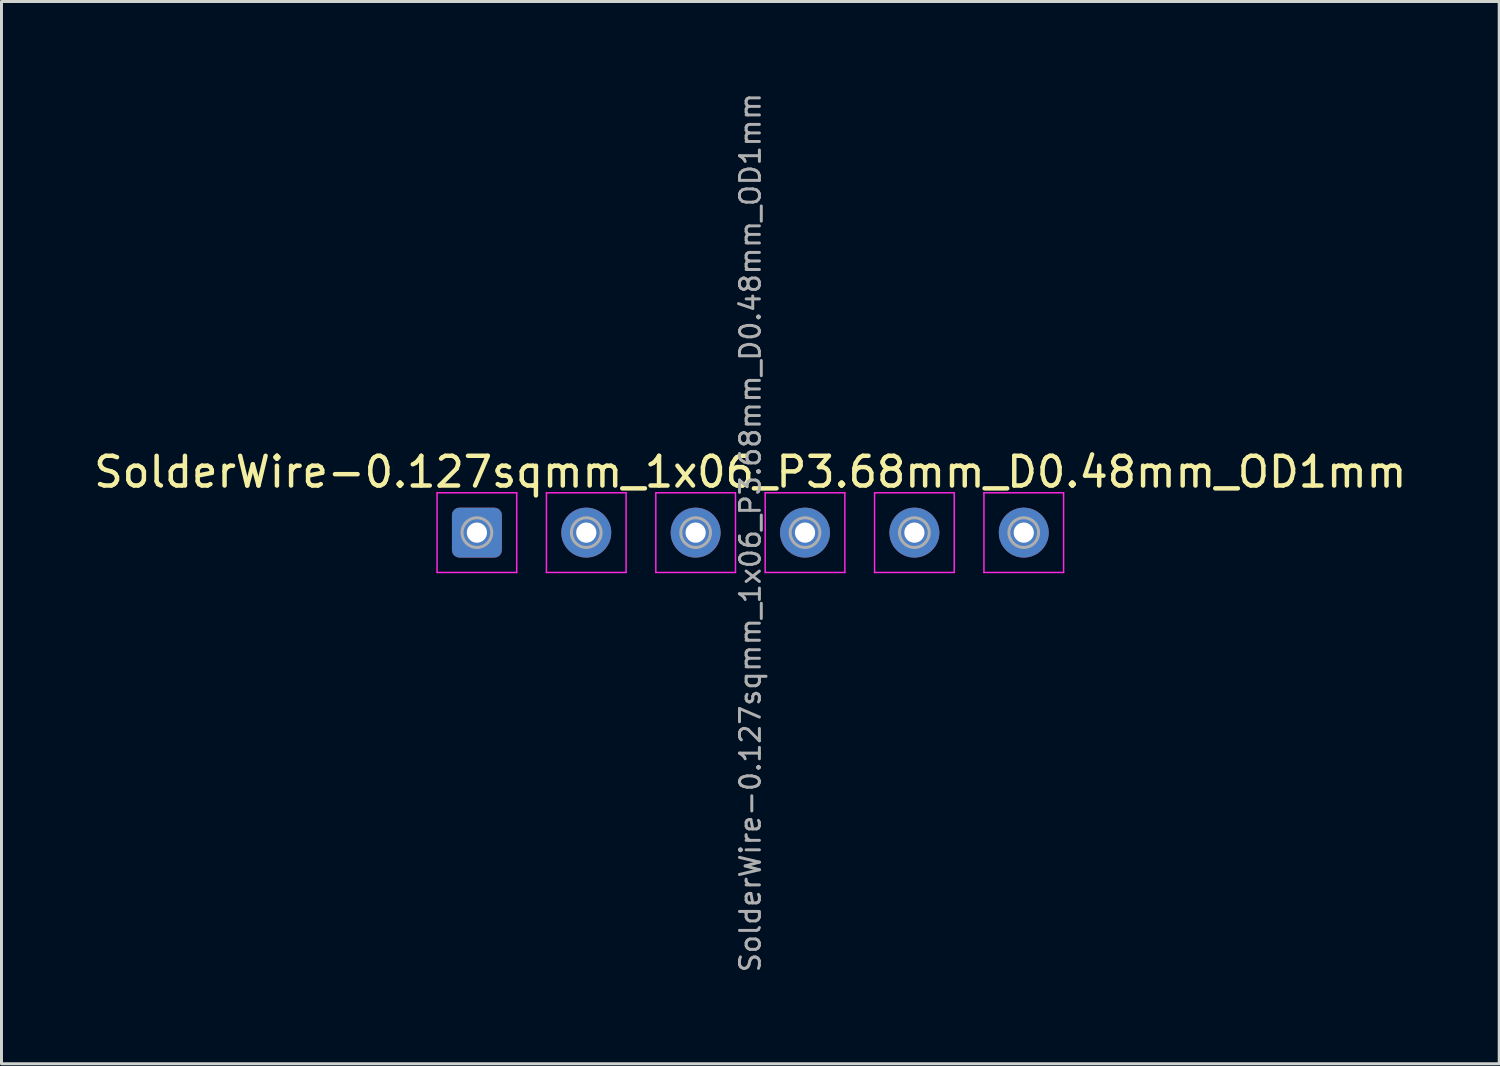
<source format=kicad_pcb>
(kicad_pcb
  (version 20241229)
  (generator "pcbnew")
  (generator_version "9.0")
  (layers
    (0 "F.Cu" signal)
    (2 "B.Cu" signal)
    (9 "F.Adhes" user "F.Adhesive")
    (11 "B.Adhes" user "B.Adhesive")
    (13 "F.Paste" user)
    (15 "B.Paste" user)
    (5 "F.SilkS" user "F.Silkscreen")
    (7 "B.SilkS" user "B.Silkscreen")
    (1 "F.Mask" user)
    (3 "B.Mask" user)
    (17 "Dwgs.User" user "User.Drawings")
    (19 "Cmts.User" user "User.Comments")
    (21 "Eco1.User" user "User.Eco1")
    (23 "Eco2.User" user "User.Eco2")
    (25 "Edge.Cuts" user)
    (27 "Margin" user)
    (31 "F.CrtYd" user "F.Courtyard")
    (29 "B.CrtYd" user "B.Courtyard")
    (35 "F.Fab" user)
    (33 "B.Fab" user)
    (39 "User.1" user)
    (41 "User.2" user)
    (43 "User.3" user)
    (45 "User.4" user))
  (footprint "SolderWire-0.127sqmm_1x06_P3.68mm_D0.48mm_OD1mm"
    (layer "F.Cu")
    (at 12.996 14.871)
    (property "Reference" "SolderWire-0.127sqmm_1x06_P3.68mm_D0.48mm_OD1mm" (at 9.2 -2.04 0) (layer "F.SilkS") (effects (font (size 1 1) (thickness 0.15))))
    (attr exclude_from_pos_files exclude_from_bom)
    (fp_line (start -1.34 -1.34) (end -1.34 1.34) (stroke (width 0.05) (type solid)) (layer "F.CrtYd"))
    (fp_line (start -1.34 1.34) (end 1.34 1.34) (stroke (width 0.05) (type solid)) (layer "F.CrtYd"))
    (fp_line (start 1.34 -1.34) (end -1.34 -1.34) (stroke (width 0.05) (type solid)) (layer "F.CrtYd"))
    (fp_line (start 1.34 1.34) (end 1.34 -1.34) (stroke (width 0.05) (type solid)) (layer "F.CrtYd"))
    (fp_line (start 2.34 -1.34) (end 2.34 1.34) (stroke (width 0.05) (type solid)) (layer "F.CrtYd"))
    (fp_line (start 2.34 1.34) (end 5.02 1.34) (stroke (width 0.05) (type solid)) (layer "F.CrtYd"))
    (fp_line (start 5.02 -1.34) (end 2.34 -1.34) (stroke (width 0.05) (type solid)) (layer "F.CrtYd"))
    (fp_line (start 5.02 1.34) (end 5.02 -1.34) (stroke (width 0.05) (type solid)) (layer "F.CrtYd"))
    (fp_line (start 6.02 -1.34) (end 6.02 1.34) (stroke (width 0.05) (type solid)) (layer "F.CrtYd"))
    (fp_line (start 6.02 1.34) (end 8.7 1.34) (stroke (width 0.05) (type solid)) (layer "F.CrtYd"))
    (fp_line (start 8.7 -1.34) (end 6.02 -1.34) (stroke (width 0.05) (type solid)) (layer "F.CrtYd"))
    (fp_line (start 8.7 1.34) (end 8.7 -1.34) (stroke (width 0.05) (type solid)) (layer "F.CrtYd"))
    (fp_line (start 9.7 -1.34) (end 9.7 1.34) (stroke (width 0.05) (type solid)) (layer "F.CrtYd"))
    (fp_line (start 9.7 1.34) (end 12.38 1.34) (stroke (width 0.05) (type solid)) (layer "F.CrtYd"))
    (fp_line (start 12.38 -1.34) (end 9.7 -1.34) (stroke (width 0.05) (type solid)) (layer "F.CrtYd"))
    (fp_line (start 12.38 1.34) (end 12.38 -1.34) (stroke (width 0.05) (type solid)) (layer "F.CrtYd"))
    (fp_line (start 13.38 -1.34) (end 13.38 1.34) (stroke (width 0.05) (type solid)) (layer "F.CrtYd"))
    (fp_line (start 13.38 1.34) (end 16.06 1.34) (stroke (width 0.05) (type solid)) (layer "F.CrtYd"))
    (fp_line (start 16.06 -1.34) (end 13.38 -1.34) (stroke (width 0.05) (type solid)) (layer "F.CrtYd"))
    (fp_line (start 16.06 1.34) (end 16.06 -1.34) (stroke (width 0.05) (type solid)) (layer "F.CrtYd"))
    (fp_line (start 17.06 -1.34) (end 17.06 1.34) (stroke (width 0.05) (type solid)) (layer "F.CrtYd"))
    (fp_line (start 17.06 1.34) (end 19.74 1.34) (stroke (width 0.05) (type solid)) (layer "F.CrtYd"))
    (fp_line (start 19.74 -1.34) (end 17.06 -1.34) (stroke (width 0.05) (type solid)) (layer "F.CrtYd"))
    (fp_line (start 19.74 1.34) (end 19.74 -1.34) (stroke (width 0.05) (type solid)) (layer "F.CrtYd"))
    (fp_circle (center 0 0) (end 0.5 0) (stroke (width 0.1) (type solid)) (fill no) (layer "F.Fab"))
    (fp_circle (center 3.68 0) (end 4.18 0) (stroke (width 0.1) (type solid)) (fill no) (layer "F.Fab"))
    (fp_circle (center 7.36 0) (end 7.86 0) (stroke (width 0.1) (type solid)) (fill no) (layer "F.Fab"))
    (fp_circle (center 11.04 0) (end 11.54 0) (stroke (width 0.1) (type solid)) (fill no) (layer "F.Fab"))
    (fp_circle (center 14.72 0) (end 15.22 0) (stroke (width 0.1) (type solid)) (fill no) (layer "F.Fab"))
    (fp_circle (center 18.4 0) (end 18.9 0) (stroke (width 0.1) (type solid)) (fill no) (layer "F.Fab"))
    (fp_text user "${REFERENCE}" (at 9.2 0 90) (layer "F.Fab") (effects (font (size 0.67 0.67) (thickness 0.1))))
    (pad "1" thru_hole roundrect (at 0 0) (size 1.68 1.68) (drill 0.68) (layers "*.Cu" "*.Mask") (roundrect_rratio 0.149))
    (pad "2" thru_hole circle (at 3.68 0) (size 1.68 1.68) (drill 0.68) (layers "*.Cu" "*.Mask"))
    (pad "3" thru_hole circle (at 7.36 0) (size 1.68 1.68) (drill 0.68) (layers "*.Cu" "*.Mask"))
    (pad "4" thru_hole circle (at 11.04 0) (size 1.68 1.68) (drill 0.68) (layers "*.Cu" "*.Mask"))
    (pad "5" thru_hole circle (at 14.72 0) (size 1.68 1.68) (drill 0.68) (layers "*.Cu" "*.Mask"))
    (pad "6" thru_hole circle (at 18.4 0) (size 1.68 1.68) (drill 0.68) (layers "*.Cu" "*.Mask")))
  (gr_rect
    (start -3 -3)
    (end 47.393 32.742)
    (stroke (width 0.1) (type default))
    (fill no)
    (layer "Edge.Cuts")))
</source>
